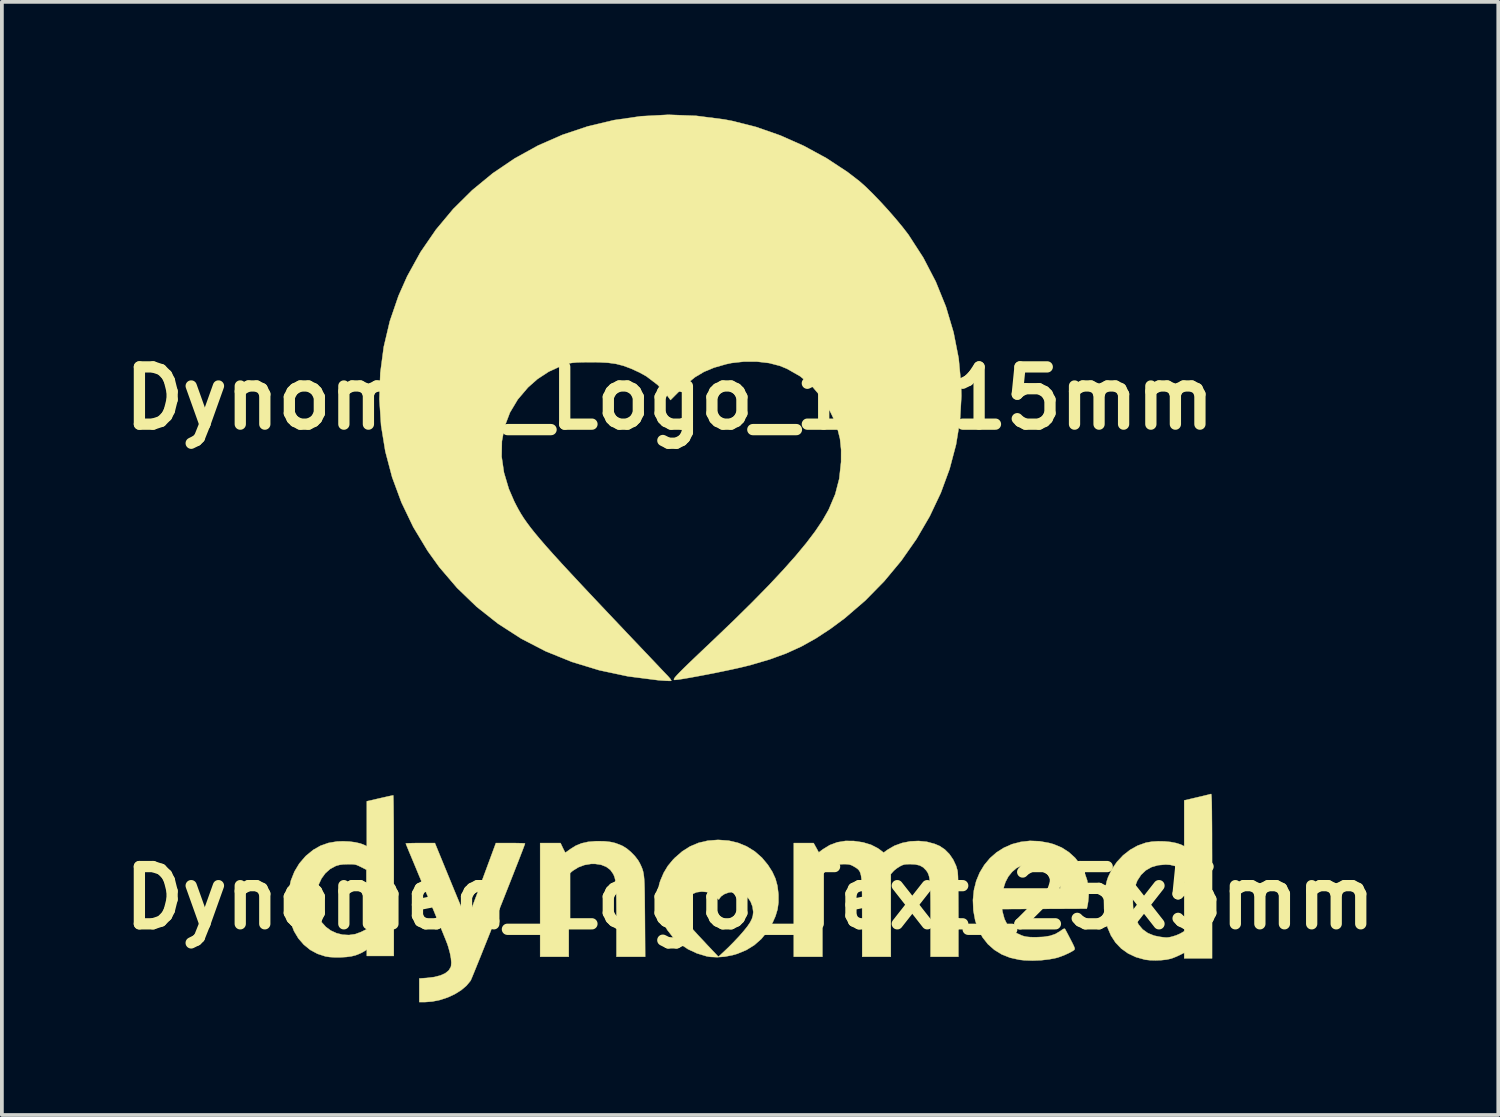
<source format=kicad_pcb>
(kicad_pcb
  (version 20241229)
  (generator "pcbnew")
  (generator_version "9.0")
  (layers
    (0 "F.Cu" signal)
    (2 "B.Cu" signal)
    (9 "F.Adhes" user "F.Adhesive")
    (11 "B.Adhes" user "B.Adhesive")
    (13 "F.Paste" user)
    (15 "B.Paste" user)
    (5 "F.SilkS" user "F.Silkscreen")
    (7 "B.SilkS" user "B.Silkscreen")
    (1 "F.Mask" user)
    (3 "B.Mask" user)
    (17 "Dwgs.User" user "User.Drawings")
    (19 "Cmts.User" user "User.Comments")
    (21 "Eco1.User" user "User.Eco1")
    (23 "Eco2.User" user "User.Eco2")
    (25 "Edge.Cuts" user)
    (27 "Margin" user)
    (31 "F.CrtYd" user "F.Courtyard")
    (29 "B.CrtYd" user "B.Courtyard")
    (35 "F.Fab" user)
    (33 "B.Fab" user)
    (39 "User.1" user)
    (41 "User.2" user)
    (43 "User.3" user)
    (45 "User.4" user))
  (footprint "Dynomed_Logo_Text_25x5mm"
    (layer "F.Cu")
    (at 16.916 20.852)
    (property "Reference" "Dynomed_Logo_Text_25x5mm" (at 0 0 0) (layer "F.SilkS") (effects (font (size 1.524 1.524) (thickness 0.3))))
    (attr through_hole)
    (fp_poly (pts (xy -3.867 -1.507) (xy -3.719 -1.49) (xy -3.587 -1.46) (xy -3.458 -1.412) (xy -3.391 -1.382) (xy -3.285 -1.317) (xy -3.174 -1.224) (xy -3.069 -1.117) (xy -2.983 -1.006) (xy -2.937 -0.928) (xy -2.909 -0.869) (xy -2.885 -0.816) (xy -2.865 -0.764) (xy -2.849 -0.711) (xy -2.836 -0.65) (xy -2.826 -0.579) (xy -2.818 -0.493) (xy -2.812 -0.389) (xy -2.808 -0.261) (xy -2.805 -0.107) (xy -2.803 0.078) (xy -2.801 0.298) (xy -2.799 0.503) (xy -2.792 1.566) (xy -3.556 1.566) (xy -3.556 0.615) (xy -3.556 0.369) (xy -3.557 0.162) (xy -3.559 -0.011) (xy -3.562 -0.154) (xy -3.567 -0.27) (xy -3.573 -0.364) (xy -3.582 -0.439) (xy -3.593 -0.5) (xy -3.606 -0.551) (xy -3.623 -0.595) (xy -3.642 -0.637) (xy -3.642 -0.637) (xy -3.72 -0.747) (xy -3.829 -0.829) (xy -3.966 -0.883) (xy -4.127 -0.907) (xy -4.233 -0.906) (xy -4.406 -0.877) (xy -4.572 -0.815) (xy -4.718 -0.724) (xy -4.748 -0.699) (xy -4.826 -0.631) (xy -4.826 1.566) (xy -5.588 1.566) (xy -5.588 -1.46) (xy -5.045 -1.46) (xy -4.985 -1.333) (xy -4.953 -1.269) (xy -4.929 -1.224) (xy -4.917 -1.206) (xy -4.898 -1.218) (xy -4.854 -1.249) (xy -4.794 -1.292) (xy -4.782 -1.301) (xy -4.64 -1.39) (xy -4.487 -1.453) (xy -4.316 -1.492) (xy -4.118 -1.509) (xy -4.043 -1.511) (xy -3.867 -1.507)) (stroke (width 0.01) (type solid)) (fill yes) (layer "F.SilkS"))
    (fp_poly (pts (xy 2.762 -1.515) (xy 3.006 -1.479) (xy 3.219 -1.415) (xy 3.401 -1.322) (xy 3.476 -1.268) (xy 3.555 -1.206) (xy 3.662 -1.283) (xy 3.844 -1.389) (xy 4.048 -1.463) (xy 4.265 -1.506) (xy 4.487 -1.516) (xy 4.707 -1.494) (xy 4.917 -1.437) (xy 5.046 -1.382) (xy 5.183 -1.291) (xy 5.306 -1.167) (xy 5.408 -1.018) (xy 5.485 -0.853) (xy 5.522 -0.724) (xy 5.528 -0.671) (xy 5.534 -0.577) (xy 5.538 -0.442) (xy 5.541 -0.267) (xy 5.544 -0.052) (xy 5.545 0.201) (xy 5.546 0.477) (xy 5.546 1.566) (xy 4.805 1.566) (xy 4.805 0.576) (xy 4.805 0.323) (xy 4.804 0.11) (xy 4.802 -0.07) (xy 4.798 -0.218) (xy 4.793 -0.339) (xy 4.786 -0.436) (xy 4.777 -0.514) (xy 4.765 -0.576) (xy 4.749 -0.626) (xy 4.731 -0.668) (xy 4.708 -0.705) (xy 4.686 -0.735) (xy 4.61 -0.813) (xy 4.517 -0.865) (xy 4.399 -0.892) (xy 4.276 -0.899) (xy 4.181 -0.898) (xy 4.114 -0.891) (xy 4.059 -0.875) (xy 4 -0.847) (xy 3.983 -0.837) (xy 3.909 -0.79) (xy 3.84 -0.735) (xy 3.809 -0.704) (xy 3.747 -0.634) (xy 3.747 1.566) (xy 2.985 1.566) (xy 2.984 0.513) (xy 2.983 0.256) (xy 2.983 0.037) (xy 2.981 -0.147) (xy 2.978 -0.299) (xy 2.973 -0.423) (xy 2.964 -0.522) (xy 2.953 -0.6) (xy 2.937 -0.661) (xy 2.917 -0.708) (xy 2.891 -0.745) (xy 2.86 -0.775) (xy 2.822 -0.802) (xy 2.777 -0.829) (xy 2.752 -0.844) (xy 2.695 -0.873) (xy 2.64 -0.89) (xy 2.572 -0.898) (xy 2.487 -0.9) (xy 2.352 -0.89) (xy 2.238 -0.859) (xy 2.131 -0.801) (xy 2.023 -0.717) (xy 1.926 -0.631) (xy 1.926 1.566) (xy 1.164 1.566) (xy 1.164 -1.46) (xy 1.692 -1.46) (xy 1.761 -1.336) (xy 1.829 -1.212) (xy 1.937 -1.293) (xy 2.121 -1.406) (xy 2.322 -1.481) (xy 2.541 -1.517) (xy 2.762 -1.515)) (stroke (width 0.01) (type solid)) (fill yes) (layer "F.SilkS"))
    (fp_poly (pts (xy 12.276 -2.761) (xy 12.28 -2.739) (xy 12.283 -2.697) (xy 12.286 -2.635) (xy 12.289 -2.549) (xy 12.291 -2.439) (xy 12.293 -2.302) (xy 12.294 -2.136) (xy 12.296 -1.939) (xy 12.297 -1.708) (xy 12.297 -1.443) (xy 12.298 -1.141) (xy 12.298 -0.799) (xy 12.298 -0.584) (xy 12.298 1.609) (xy 11.557 1.609) (xy 11.557 1.46) (xy 11.435 1.521) (xy 11.347 1.562) (xy 11.251 1.6) (xy 11.197 1.618) (xy 11.085 1.642) (xy 10.946 1.657) (xy 10.797 1.663) (xy 10.651 1.659) (xy 10.524 1.645) (xy 10.509 1.642) (xy 10.273 1.576) (xy 10.064 1.478) (xy 9.882 1.349) (xy 9.729 1.189) (xy 9.607 1.001) (xy 9.516 0.787) (xy 9.456 0.548) (xy 9.424 0.295) (xy 9.42 0.066) (xy 10.189 0.066) (xy 10.196 0.251) (xy 10.21 0.355) (xy 10.261 0.547) (xy 10.342 0.708) (xy 10.45 0.837) (xy 10.588 0.936) (xy 10.755 1.004) (xy 10.919 1.037) (xy 11.012 1.049) (xy 11.078 1.054) (xy 11.131 1.051) (xy 11.186 1.042) (xy 11.251 1.025) (xy 11.338 0.998) (xy 11.424 0.962) (xy 11.467 0.94) (xy 11.557 0.887) (xy 11.557 -0.719) (xy 11.478 -0.771) (xy 11.337 -0.844) (xy 11.183 -0.881) (xy 11.062 -0.889) (xy 10.861 -0.871) (xy 10.685 -0.82) (xy 10.534 -0.734) (xy 10.409 -0.615) (xy 10.309 -0.463) (xy 10.238 -0.28) (xy 10.203 -0.117) (xy 10.189 0.066) (xy 9.42 0.066) (xy 9.42 0.036) (xy 9.444 -0.216) (xy 9.497 -0.452) (xy 9.531 -0.553) (xy 9.633 -0.766) (xy 9.767 -0.96) (xy 9.929 -1.133) (xy 10.114 -1.278) (xy 10.315 -1.391) (xy 10.528 -1.467) (xy 10.552 -1.473) (xy 10.698 -1.498) (xy 10.861 -1.508) (xy 11.031 -1.505) (xy 11.195 -1.489) (xy 11.343 -1.46) (xy 11.465 -1.421) (xy 11.494 -1.407) (xy 11.557 -1.375) (xy 11.557 -2.596) (xy 11.901 -2.677) (xy 12.017 -2.704) (xy 12.12 -2.729) (xy 12.202 -2.749) (xy 12.255 -2.763) (xy 12.271 -2.767) (xy 12.276 -2.761)) (stroke (width 0.01) (type solid)) (fill yes) (layer "F.SilkS"))
    (fp_poly (pts (xy -9.496 -2.71) (xy -9.494 -2.65) (xy -9.492 -2.553) (xy -9.49 -2.422) (xy -9.489 -2.26) (xy -9.487 -2.07) (xy -9.486 -1.855) (xy -9.485 -1.616) (xy -9.484 -1.359) (xy -9.483 -1.084) (xy -9.483 -0.795) (xy -9.483 -0.593) (xy -9.483 1.545) (xy -10.202 1.545) (xy -10.202 1.375) (xy -10.282 1.427) (xy -10.345 1.462) (xy -10.429 1.499) (xy -10.499 1.526) (xy -10.608 1.553) (xy -10.745 1.572) (xy -10.897 1.581) (xy -11.052 1.582) (xy -11.195 1.573) (xy -11.303 1.556) (xy -11.515 1.487) (xy -11.708 1.383) (xy -11.878 1.245) (xy -12.023 1.078) (xy -12.139 0.884) (xy -12.224 0.666) (xy -12.236 0.62) (xy -12.265 0.474) (xy -12.285 0.302) (xy -12.294 0.119) (xy -12.293 -0.002) (xy -11.535 -0.002) (xy -11.532 0.138) (xy -11.521 0.277) (xy -11.504 0.401) (xy -11.48 0.497) (xy -11.475 0.511) (xy -11.398 0.654) (xy -11.29 0.774) (xy -11.158 0.87) (xy -11.007 0.939) (xy -10.845 0.979) (xy -10.676 0.988) (xy -10.509 0.964) (xy -10.351 0.905) (xy -10.213 0.836) (xy -10.213 -0.751) (xy -10.359 -0.825) (xy -10.431 -0.86) (xy -10.487 -0.882) (xy -10.543 -0.893) (xy -10.614 -0.898) (xy -10.708 -0.897) (xy -10.829 -0.893) (xy -10.922 -0.881) (xy -11.004 -0.859) (xy -11.032 -0.849) (xy -11.178 -0.77) (xy -11.305 -0.658) (xy -11.408 -0.517) (xy -11.484 -0.354) (xy -11.516 -0.238) (xy -11.53 -0.132) (xy -11.535 -0.002) (xy -12.293 -0.002) (xy -12.292 -0.057) (xy -12.278 -0.211) (xy -12.278 -0.211) (xy -12.221 -0.467) (xy -12.127 -0.703) (xy -11.999 -0.916) (xy -11.836 -1.106) (xy -11.813 -1.128) (xy -11.629 -1.278) (xy -11.434 -1.389) (xy -11.225 -1.463) (xy -10.997 -1.502) (xy -10.837 -1.508) (xy -10.668 -1.501) (xy -10.509 -1.48) (xy -10.37 -1.448) (xy -10.265 -1.407) (xy -10.202 -1.375) (xy -10.202 -2.573) (xy -9.858 -2.652) (xy -9.743 -2.678) (xy -9.642 -2.701) (xy -9.563 -2.718) (xy -9.513 -2.728) (xy -9.499 -2.731) (xy -9.496 -2.71)) (stroke (width 0.01) (type solid)) (fill yes) (layer "F.SilkS"))
    (fp_poly (pts (xy -7.968 -0.434) (xy -7.887 -0.237) (xy -7.811 -0.053) (xy -7.741 0.115) (xy -7.679 0.263) (xy -7.626 0.389) (xy -7.584 0.487) (xy -7.554 0.555) (xy -7.538 0.589) (xy -7.536 0.593) (xy -7.526 0.573) (xy -7.504 0.518) (xy -7.47 0.43) (xy -7.425 0.314) (xy -7.372 0.173) (xy -7.311 0.01) (xy -7.243 -0.17) (xy -7.172 -0.363) (xy -7.145 -0.434) (xy -6.766 -1.46) (xy -6.378 -1.46) (xy -6.255 -1.46) (xy -6.148 -1.458) (xy -6.064 -1.456) (xy -6.009 -1.453) (xy -5.99 -1.449) (xy -5.998 -1.425) (xy -6.02 -1.364) (xy -6.055 -1.272) (xy -6.102 -1.15) (xy -6.159 -1.002) (xy -6.226 -0.832) (xy -6.3 -0.643) (xy -6.38 -0.439) (xy -6.466 -0.222) (xy -6.555 0.004) (xy -6.647 0.235) (xy -6.739 0.468) (xy -6.832 0.7) (xy -6.922 0.927) (xy -7.01 1.147) (xy -7.093 1.354) (xy -7.17 1.547) (xy -7.241 1.722) (xy -7.303 1.875) (xy -7.355 2.003) (xy -7.396 2.103) (xy -7.425 2.171) (xy -7.44 2.204) (xy -7.441 2.205) (xy -7.549 2.336) (xy -7.691 2.456) (xy -7.86 2.561) (xy -8.05 2.649) (xy -8.253 2.716) (xy -8.461 2.758) (xy -8.662 2.773) (xy -8.805 2.773) (xy -8.805 2.144) (xy -8.605 2.13) (xy -8.407 2.106) (xy -8.243 2.064) (xy -8.114 2.006) (xy -8.022 1.931) (xy -7.967 1.841) (xy -7.959 1.811) (xy -7.952 1.723) (xy -7.962 1.606) (xy -7.988 1.468) (xy -8.029 1.318) (xy -8.054 1.238) (xy -8.073 1.189) (xy -8.106 1.104) (xy -8.153 0.989) (xy -8.211 0.846) (xy -8.28 0.679) (xy -8.357 0.493) (xy -8.44 0.291) (xy -8.53 0.077) (xy -8.623 -0.145) (xy -8.639 -0.184) (xy -8.73 -0.402) (xy -8.817 -0.608) (xy -8.896 -0.799) (xy -8.968 -0.972) (xy -9.031 -1.123) (xy -9.084 -1.249) (xy -9.124 -1.348) (xy -9.152 -1.415) (xy -9.164 -1.447) (xy -9.165 -1.449) (xy -9.145 -1.453) (xy -9.089 -1.456) (xy -9.004 -1.458) (xy -8.897 -1.46) (xy -8.777 -1.46) (xy -8.389 -1.46) (xy -7.968 -0.434)) (stroke (width 0.01) (type solid)) (fill yes) (layer "F.SilkS"))
    (fp_poly (pts (xy 7.706 -1.509) (xy 7.972 -1.46) (xy 8.082 -1.429) (xy 8.296 -1.34) (xy 8.487 -1.217) (xy 8.654 -1.065) (xy 8.792 -0.887) (xy 8.899 -0.688) (xy 8.973 -0.471) (xy 9.011 -0.239) (xy 9.015 -0.116) (xy 9.01 -0.016) (xy 9.001 0.086) (xy 8.989 0.168) (xy 8.989 0.169) (xy 8.964 0.286) (xy 7.836 0.291) (xy 6.708 0.297) (xy 6.722 0.376) (xy 6.772 0.56) (xy 6.849 0.714) (xy 6.956 0.839) (xy 7.096 0.938) (xy 7.235 1.001) (xy 7.301 1.022) (xy 7.37 1.035) (xy 7.455 1.043) (xy 7.568 1.046) (xy 7.609 1.046) (xy 7.813 1.037) (xy 7.985 1.009) (xy 8.13 0.959) (xy 8.255 0.885) (xy 8.267 0.876) (xy 8.326 0.834) (xy 8.362 0.818) (xy 8.382 0.825) (xy 8.385 0.829) (xy 8.401 0.858) (xy 8.432 0.916) (xy 8.474 0.996) (xy 8.523 1.09) (xy 8.532 1.108) (xy 8.584 1.209) (xy 8.618 1.28) (xy 8.637 1.327) (xy 8.642 1.356) (xy 8.636 1.375) (xy 8.622 1.39) (xy 8.566 1.425) (xy 8.483 1.469) (xy 8.384 1.514) (xy 8.282 1.555) (xy 8.19 1.587) (xy 8.16 1.595) (xy 7.966 1.634) (xy 7.748 1.659) (xy 7.523 1.668) (xy 7.307 1.661) (xy 7.176 1.647) (xy 6.927 1.593) (xy 6.702 1.504) (xy 6.503 1.382) (xy 6.331 1.23) (xy 6.188 1.048) (xy 6.075 0.839) (xy 5.994 0.603) (xy 5.946 0.343) (xy 5.944 0.333) (xy 5.933 0.056) (xy 5.959 -0.206) (xy 5.971 -0.254) (xy 6.748 -0.254) (xy 8.255 -0.254) (xy 8.255 -0.306) (xy 8.248 -0.354) (xy 8.229 -0.424) (xy 8.21 -0.481) (xy 8.145 -0.605) (xy 8.051 -0.717) (xy 7.937 -0.807) (xy 7.83 -0.859) (xy 7.715 -0.886) (xy 7.577 -0.898) (xy 7.433 -0.896) (xy 7.301 -0.88) (xy 7.223 -0.86) (xy 7.094 -0.795) (xy 6.976 -0.695) (xy 6.875 -0.569) (xy 6.799 -0.424) (xy 6.762 -0.312) (xy 6.748 -0.254) (xy 5.971 -0.254) (xy 6.02 -0.451) (xy 6.113 -0.675) (xy 6.236 -0.878) (xy 6.386 -1.058) (xy 6.56 -1.211) (xy 6.756 -1.335) (xy 6.971 -1.43) (xy 7.203 -1.491) (xy 7.449 -1.519) (xy 7.706 -1.509)) (stroke (width 0.01) (type solid)) (fill yes) (layer "F.SilkS"))
    (fp_poly (pts (xy -0.57 -1.525) (xy -0.32 -1.466) (xy -0.088 -1.37) (xy 0.125 -1.238) (xy 0.317 -1.07) (xy 0.476 -0.878) (xy 0.593 -0.694) (xy 0.676 -0.513) (xy 0.728 -0.324) (xy 0.754 -0.113) (xy 0.756 -0.083) (xy 0.756 0.121) (xy 0.731 0.305) (xy 0.677 0.484) (xy 0.6 0.658) (xy 0.463 0.891) (xy 0.301 1.09) (xy 0.114 1.255) (xy -0.099 1.387) (xy -0.338 1.486) (xy -0.466 1.523) (xy -0.672 1.563) (xy -0.875 1.578) (xy -1.062 1.569) (xy -1.153 1.554) (xy -1.415 1.475) (xy -1.653 1.364) (xy -1.866 1.221) (xy -2.051 1.048) (xy -2.206 0.848) (xy -2.329 0.623) (xy -2.386 0.476) (xy -2.409 0.404) (xy -2.425 0.341) (xy -2.425 0.341) (xy -1.768 0.341) (xy -1.745 0.483) (xy -1.711 0.572) (xy -1.69 0.614) (xy -1.666 0.655) (xy -1.635 0.701) (xy -1.594 0.754) (xy -1.54 0.818) (xy -1.469 0.897) (xy -1.379 0.996) (xy -1.264 1.118) (xy -1.147 1.244) (xy -0.842 1.566) (xy -0.659 1.395) (xy -0.567 1.307) (xy -0.462 1.201) (xy -0.359 1.093) (xy -0.29 1.02) (xy -0.165 0.876) (xy -0.068 0.755) (xy 0.002 0.65) (xy 0.049 0.557) (xy 0.075 0.47) (xy 0.084 0.384) (xy 0.085 0.373) (xy 0.066 0.233) (xy 0.016 0.101) (xy -0.061 -0.014) (xy -0.159 -0.103) (xy -0.192 -0.123) (xy -0.251 -0.15) (xy -0.307 -0.164) (xy -0.377 -0.167) (xy -0.434 -0.164) (xy -0.569 -0.144) (xy -0.682 -0.103) (xy -0.767 -0.045) (xy -0.797 -0.009) (xy -0.832 0.045) (xy -0.908 -0.03) (xy -1.02 -0.11) (xy -1.156 -0.157) (xy -1.284 -0.169) (xy -1.424 -0.151) (xy -1.545 -0.099) (xy -1.642 -0.018) (xy -1.714 0.086) (xy -1.757 0.207) (xy -1.768 0.341) (xy -2.425 0.341) (xy -2.435 0.277) (xy -2.441 0.199) (xy -2.443 0.099) (xy -2.443 0) (xy -2.442 -0.126) (xy -2.438 -0.22) (xy -2.432 -0.292) (xy -2.42 -0.354) (xy -2.403 -0.414) (xy -2.388 -0.459) (xy -2.299 -0.668) (xy -2.189 -0.851) (xy -2.048 -1.021) (xy -2.002 -1.068) (xy -1.804 -1.24) (xy -1.595 -1.372) (xy -1.371 -1.466) (xy -1.129 -1.523) (xy -0.866 -1.544) (xy -0.836 -1.544) (xy -0.57 -1.525)) (stroke (width 0.01) (type solid)) (fill yes) (layer "F.SilkS")))
  (footprint "Dynomed_Logo_15x15mm"
    (layer "F.Cu")
    (at 14.776 7.551)
    (property "Reference" "Dynomed_Logo_15x15mm" (at 0 0 0) (layer "F.SilkS") (effects (font (size 1.524 1.524) (thickness 0.3))))
    (attr through_hole)
    (fp_poly (pts (xy 0.706 -7.518) (xy 1.452 -7.422) (xy 1.663 -7.382) (xy 2.301 -7.221) (xy 2.942 -6.997) (xy 3.571 -6.718) (xy 4.174 -6.39) (xy 4.735 -6.021) (xy 5.053 -5.776) (xy 5.211 -5.636) (xy 5.399 -5.452) (xy 5.605 -5.238) (xy 5.816 -5.008) (xy 6.018 -4.776) (xy 6.2 -4.556) (xy 6.349 -4.363) (xy 6.357 -4.352) (xy 6.752 -3.741) (xy 7.085 -3.1) (xy 7.354 -2.436) (xy 7.557 -1.754) (xy 7.693 -1.06) (xy 7.758 -0.361) (xy 7.765 -0.06) (xy 7.729 0.587) (xy 7.623 1.235) (xy 7.452 1.881) (xy 7.218 2.518) (xy 6.923 3.141) (xy 6.572 3.744) (xy 6.167 4.323) (xy 5.711 4.871) (xy 5.208 5.384) (xy 4.66 5.856) (xy 4.275 6.141) (xy 3.889 6.394) (xy 3.503 6.609) (xy 3.101 6.792) (xy 2.665 6.951) (xy 2.179 7.094) (xy 2.032 7.132) (xy 1.865 7.172) (xy 1.663 7.217) (xy 1.439 7.264) (xy 1.203 7.313) (xy 0.965 7.359) (xy 0.737 7.402) (xy 0.529 7.44) (xy 0.352 7.47) (xy 0.218 7.49) (xy 0.137 7.498) (xy 0.118 7.496) (xy 0.113 7.483) (xy 0.121 7.46) (xy 0.147 7.424) (xy 0.195 7.369) (xy 0.269 7.292) (xy 0.374 7.187) (xy 0.515 7.05) (xy 0.696 6.877) (xy 0.922 6.662) (xy 1.163 6.434) (xy 1.71 5.91) (xy 2.201 5.426) (xy 2.637 4.981) (xy 3.021 4.571) (xy 3.354 4.196) (xy 3.639 3.852) (xy 3.877 3.538) (xy 4.07 3.251) (xy 4.22 2.988) (xy 4.236 2.957) (xy 4.407 2.554) (xy 4.514 2.143) (xy 4.562 1.704) (xy 4.563 1.701) (xy 4.564 1.37) (xy 4.534 1.079) (xy 4.465 0.805) (xy 4.353 0.521) (xy 4.28 0.369) (xy 4.055 -0.005) (xy 3.786 -0.324) (xy 3.475 -0.584) (xy 3.123 -0.785) (xy 2.932 -0.863) (xy 2.647 -0.937) (xy 2.323 -0.975) (xy 1.983 -0.976) (xy 1.651 -0.939) (xy 1.502 -0.907) (xy 1.182 -0.815) (xy 0.913 -0.703) (xy 0.676 -0.562) (xy 0.451 -0.379) (xy 0.329 -0.262) (xy 0.022 0.048) (xy -0.069 -0.076) (xy -0.321 -0.357) (xy -0.62 -0.584) (xy -0.803 -0.686) (xy -1.03 -0.79) (xy -1.232 -0.865) (xy -1.43 -0.916) (xy -1.643 -0.945) (xy -1.894 -0.958) (xy -2.105 -0.96) (xy -2.319 -0.958) (xy -2.477 -0.953) (xy -2.597 -0.942) (xy -2.697 -0.924) (xy -2.792 -0.895) (xy -2.875 -0.865) (xy -3.22 -0.707) (xy -3.52 -0.51) (xy -3.771 -0.288) (xy -4.044 0.033) (xy -4.252 0.381) (xy -4.393 0.752) (xy -4.466 1.145) (xy -4.473 1.554) (xy -4.411 1.977) (xy -4.282 2.411) (xy -4.14 2.74) (xy -4.081 2.856) (xy -4.021 2.968) (xy -3.956 3.08) (xy -3.883 3.195) (xy -3.798 3.316) (xy -3.699 3.449) (xy -3.582 3.595) (xy -3.444 3.76) (xy -3.282 3.947) (xy -3.093 4.159) (xy -2.873 4.401) (xy -2.619 4.675) (xy -2.328 4.987) (xy -1.997 5.339) (xy -1.623 5.735) (xy -1.202 6.179) (xy -1.127 6.259) (xy -0.907 6.49) (xy -0.699 6.709) (xy -0.509 6.909) (xy -0.343 7.084) (xy -0.208 7.227) (xy -0.109 7.331) (xy -0.053 7.389) (xy -0.049 7.393) (xy 0.014 7.465) (xy 0.043 7.513) (xy 0.042 7.522) (xy -0.003 7.524) (xy -0.102 7.52) (xy -0.238 7.511) (xy -0.308 7.505) (xy -1.107 7.403) (xy -1.874 7.24) (xy -2.605 7.017) (xy -3.299 6.736) (xy -3.954 6.397) (xy -4.567 6.002) (xy -5.137 5.552) (xy -5.659 5.049) (xy -6.134 4.493) (xy -6.442 4.064) (xy -6.825 3.429) (xy -7.14 2.773) (xy -7.388 2.101) (xy -7.569 1.416) (xy -7.682 0.723) (xy -7.727 0.025) (xy -7.703 -0.673) (xy -7.611 -1.367) (xy -7.449 -2.053) (xy -7.218 -2.727) (xy -6.987 -3.247) (xy -6.632 -3.89) (xy -6.222 -4.487) (xy -5.763 -5.037) (xy -5.257 -5.538) (xy -4.71 -5.988) (xy -4.124 -6.385) (xy -3.504 -6.727) (xy -2.854 -7.012) (xy -2.178 -7.238) (xy -1.48 -7.404) (xy -0.764 -7.507) (xy -0.034 -7.546) (xy 0.706 -7.518)) (stroke (width 0.01) (type solid)) (fill yes) (layer "F.SilkS")))
  (gr_rect
    (start -3 -3)
    (end 36.833 26.63)
    (stroke (width 0.1) (type default))
    (fill no)
    (layer "Edge.Cuts")))
</source>
